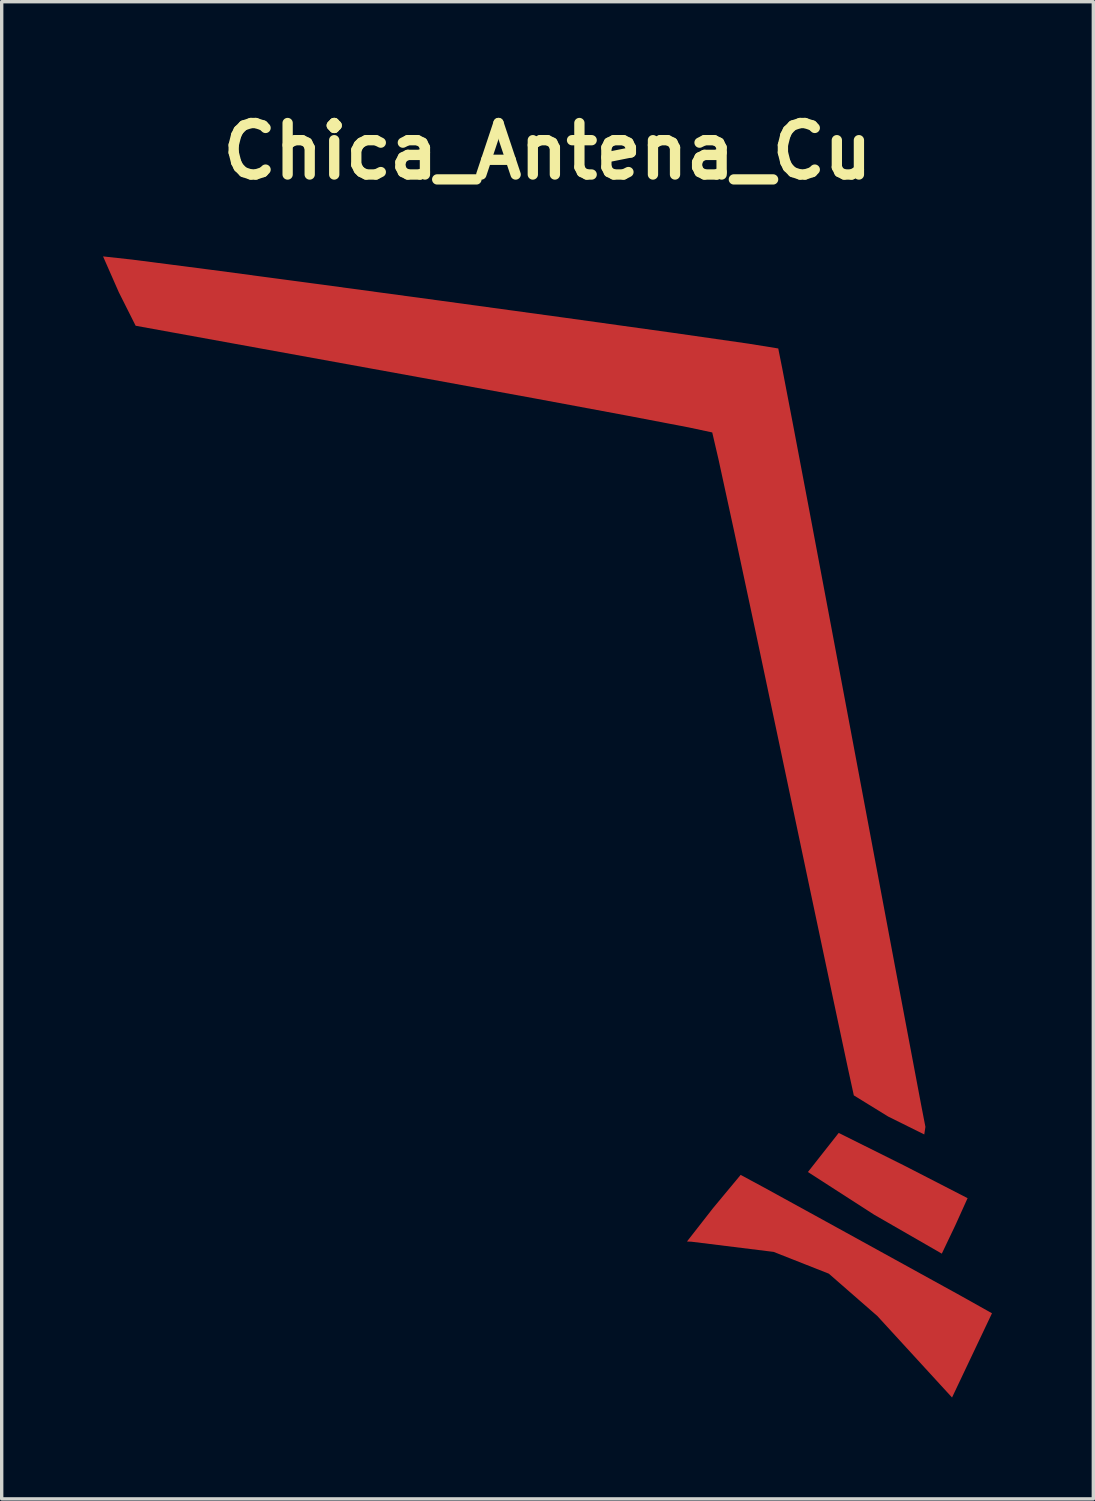
<source format=kicad_pcb>
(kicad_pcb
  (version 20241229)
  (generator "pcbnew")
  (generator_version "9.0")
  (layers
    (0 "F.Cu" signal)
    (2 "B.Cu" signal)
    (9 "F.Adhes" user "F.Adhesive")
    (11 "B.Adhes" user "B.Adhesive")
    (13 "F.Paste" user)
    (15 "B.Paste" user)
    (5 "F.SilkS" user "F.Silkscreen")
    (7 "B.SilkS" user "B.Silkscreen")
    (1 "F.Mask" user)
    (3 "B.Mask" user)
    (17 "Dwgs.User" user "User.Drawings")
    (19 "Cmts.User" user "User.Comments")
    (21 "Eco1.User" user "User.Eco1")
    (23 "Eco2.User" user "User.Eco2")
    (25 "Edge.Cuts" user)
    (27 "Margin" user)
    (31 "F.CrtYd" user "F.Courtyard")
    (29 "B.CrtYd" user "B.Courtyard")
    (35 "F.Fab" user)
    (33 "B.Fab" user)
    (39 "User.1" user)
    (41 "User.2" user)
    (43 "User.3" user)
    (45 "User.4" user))
  (footprint "Chica_Antena_Cu"
    (layer "F.Cu")
    (at 13.156 21.396)
    (property "Reference" "Chica_Antena_Cu" (at 0 -19.97 0) (layer "F.SilkS") (effects (font (size 1.524 1.524) (thickness 0.305))))
    (attr smd)
    (fp_poly (pts (xy 9.667 11.507) (xy 7.707 10.244) (xy 8.618 9.087) (xy 10.553 10.051) (xy 12.433 11.018) (xy 12.073 11.815) (xy 11.67 12.66) (xy 9.667 11.507)) (stroke (width 0) (type solid)) (fill yes) (layer "F.Cu"))
    (fp_poly (pts (xy 11.627 16.541) (xy 9.762 14.506) (xy 8.326 13.253) (xy 6.691 12.608) (xy 4.261 12.307) (xy 4.127 12.301) (xy 4.901 11.31) (xy 5.716 10.329) (xy 6.435 10.717) (xy 8.572 11.891) (xy 12.206 13.893) (xy 13.155 14.425) (xy 11.973 16.918) (xy 11.627 16.541) (xy 11.627 16.541)) (stroke (width 0) (type solid)) (fill yes) (layer "F.Cu"))
    (fp_poly (pts (xy 10.084 8.603) (xy 9.066 7.976) (xy 8.89 7.169) (xy 8.439 5.047) (xy 7.78 1.933) (xy 6.982 -1.852) (xy 6.183 -5.634) (xy 5.519 -8.741) (xy 5.06 -10.852) (xy 4.875 -11.646) (xy 4.181 -11.795) (xy 2.335 -12.148) (xy -0.381 -12.654) (xy -3.688 -13.259) (xy -12.191 -14.804) (xy -12.689 -15.795) (xy -13.156 -16.857) (xy -12.292 -16.762) (xy -10.032 -16.47) (xy -6.84 -16.044) (xy -3.181 -15.548) (xy 0.481 -15.046) (xy 3.679 -14.6) (xy 5.95 -14.274) (xy 6.829 -14.132) (xy 6.948 -13.538) (xy 7.261 -11.907) (xy 7.731 -9.43) (xy 8.321 -6.3) (xy 8.996 -2.708) (xy 9.672 0.893) (xy 10.265 4.051) (xy 10.74 6.569) (xy 11.058 8.253) (xy 11.185 8.908) (xy 11.151 9.132) (xy 10.084 8.603) (xy 10.084 8.603)) (stroke (width 0) (type solid)) (fill yes) (layer "F.Cu")))
  (gr_rect
    (start -3 -3)
    (end 29.311 41.315)
    (stroke (width 0.1) (type default))
    (fill no)
    (layer "Edge.Cuts")))
</source>
